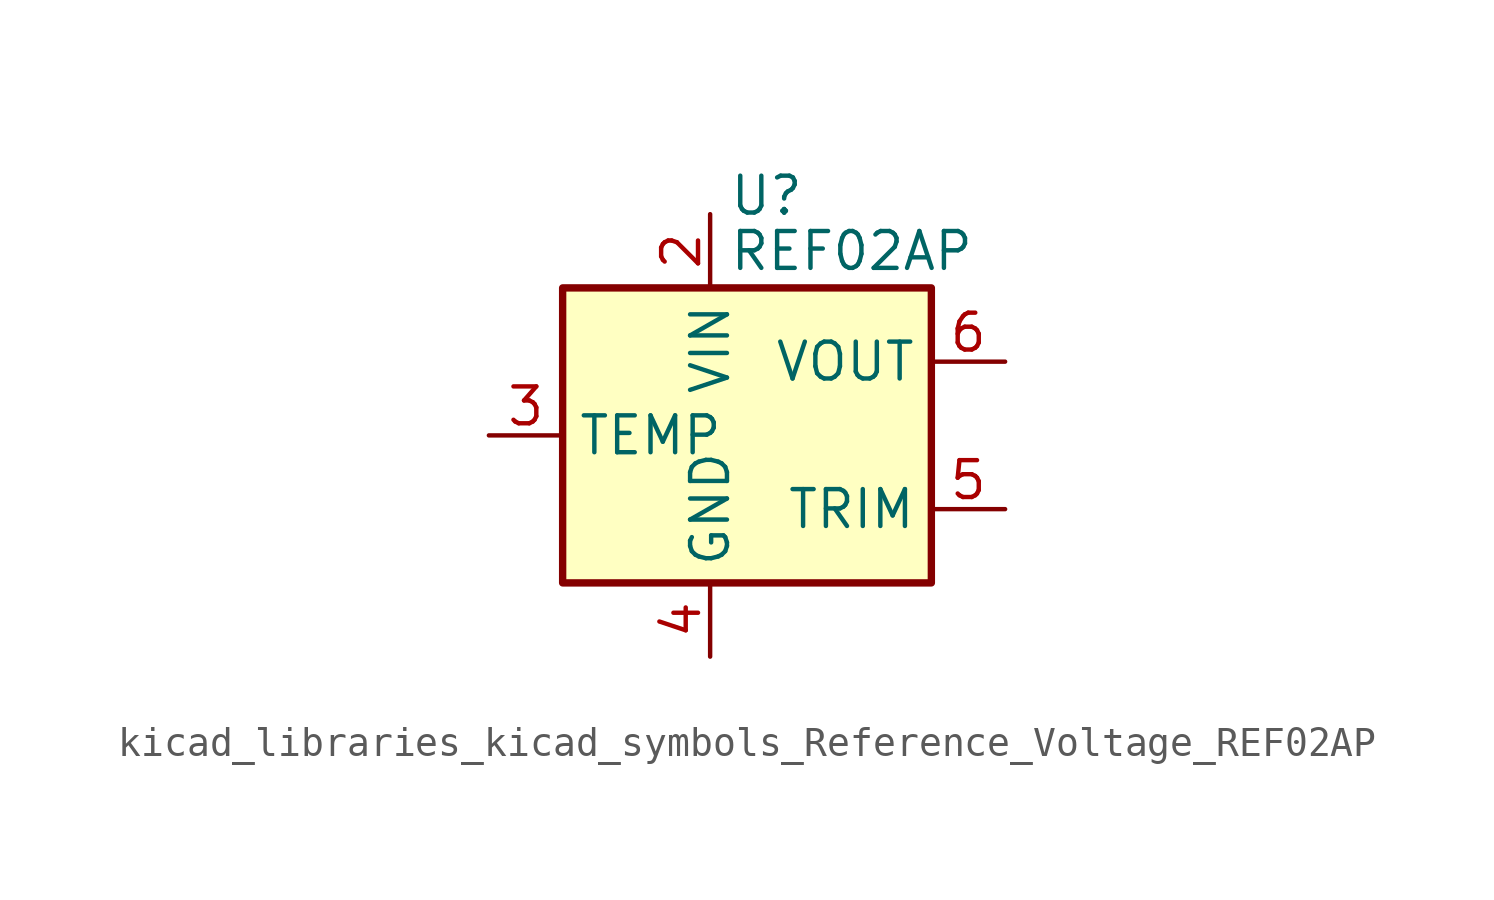
<source format=kicad_sym>
(kicad_symbol_lib
  (version 20220914)
  (generator kicad_symbol_editor)
  (symbol "kicad_libraries_kicad_symbols_Reference_Voltage_REF02AP"
    (property "Reference" "U"
      (at 0.635 8.255 0)
      (effects (font (size 1.27 1.27)) (justify left)))
    (property "Value" "REF02AP"
      (at 0.635 6.35 0)
      (effects (font (size 1.27 1.27)) (justify left)))
    (symbol "kicad_libraries_kicad_symbols_Reference_Voltage_REF02AP_0_1"
      (rectangle (start -5.08 5.08) (end 7.62 -5.08) (stroke (width 0.254) (type default)) (fill (type background))))
    (symbol "kicad_libraries_kicad_symbols_Reference_Voltage_REF02AP_1_1"
      (pin no_connect line (at 2.54 -5.08 90) (length 2.54) hide (name "NC" (effects (font (size 1.27 1.27)))) (number "1" (effects (font (size 1.27 1.27)))))
      (pin power_in line (at 0 7.62 270) (length 2.54) (name "VIN" (effects (font (size 1.27 1.27)))) (number "2" (effects (font (size 1.27 1.27)))))
      (pin passive line (at -7.62 0 0) (length 2.54) (name "TEMP" (effects (font (size 1.27 1.27)))) (number "3" (effects (font (size 1.27 1.27)))))
      (pin power_in line (at 0 -7.62 90) (length 2.54) (name "GND" (effects (font (size 1.27 1.27)))) (number "4" (effects (font (size 1.27 1.27)))))
      (pin passive line (at 10.16 -2.54 180) (length 2.54) (name "TRIM" (effects (font (size 1.27 1.27)))) (number "5" (effects (font (size 1.27 1.27)))))
      (pin power_out line (at 10.16 2.54 180) (length 2.54) (name "VOUT" (effects (font (size 1.27 1.27)))) (number "6" (effects (font (size 1.27 1.27)))))
      (pin no_connect line (at -2.54 -5.08 90) (length 2.54) hide (name "NC" (effects (font (size 1.27 1.27)))) (number "7" (effects (font (size 1.27 1.27)))))
      (pin no_connect line (at 7.62 0 180) (length 2.54) hide (name "NC" (effects (font (size 1.27 1.27)))) (number "8" (effects (font (size 1.27 1.27))))))))
</source>
